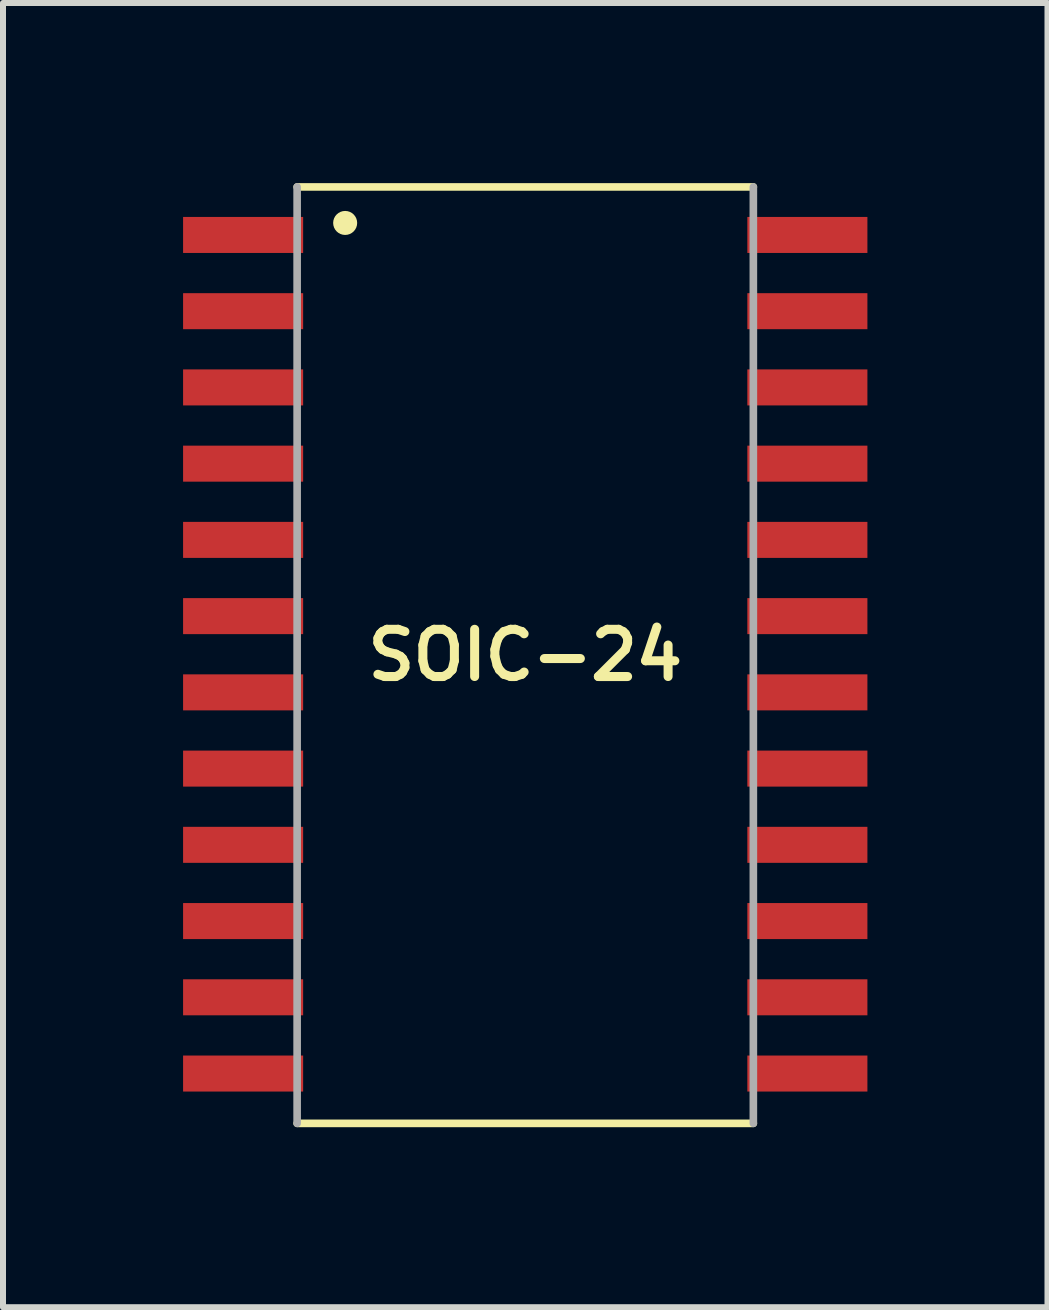
<source format=kicad_pcb>
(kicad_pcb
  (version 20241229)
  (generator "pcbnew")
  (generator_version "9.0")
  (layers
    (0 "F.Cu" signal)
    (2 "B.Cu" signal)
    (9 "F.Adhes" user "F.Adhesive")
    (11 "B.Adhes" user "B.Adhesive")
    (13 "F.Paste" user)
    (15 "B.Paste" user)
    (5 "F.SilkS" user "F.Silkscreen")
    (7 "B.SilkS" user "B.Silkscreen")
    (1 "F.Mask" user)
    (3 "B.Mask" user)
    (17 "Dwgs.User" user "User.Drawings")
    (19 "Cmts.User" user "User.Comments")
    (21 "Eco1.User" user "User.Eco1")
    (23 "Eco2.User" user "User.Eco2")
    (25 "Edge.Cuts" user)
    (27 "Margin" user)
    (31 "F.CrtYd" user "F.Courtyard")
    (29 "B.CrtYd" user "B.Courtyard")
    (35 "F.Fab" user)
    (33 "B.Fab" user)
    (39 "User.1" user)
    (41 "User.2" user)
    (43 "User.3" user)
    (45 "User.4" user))
  (footprint "SOIC-24"
    (layer "F.Cu")
    (at 5.7 7.864)
    (property "Reference" "SOIC-24" (at 0 0 0) (layer "F.SilkS") (effects (font (size 0.787 0.787) (thickness 0.15))))
    (attr smd)
    (fp_line (start -3.8 -7.8) (end 3.8 -7.8) (stroke (width 0.127) (type solid)) (layer "F.SilkS"))
    (fp_line (start 3.8 7.8) (end -3.8 7.8) (stroke (width 0.127) (type solid)) (layer "F.SilkS"))
    (fp_circle (center -3 -7.2) (end -2.9 -7.2) (stroke (width 0.2) (type solid)) (fill no) (layer "F.SilkS"))
    (fp_line (start -3.8 7.8) (end -3.8 -7.8) (stroke (width 0.127) (type solid)) (layer "F.Fab"))
    (fp_line (start 3.8 -7.8) (end 3.8 7.8) (stroke (width 0.127) (type solid)) (layer "F.Fab"))
    (pad "P1" smd rect (at -4.7 -7) (size 2 0.6) (layers "F.Cu" "F.Mask" "F.Paste"))
    (pad "P2" smd rect (at -4.7 -5.73) (size 2 0.6) (layers "F.Cu" "F.Mask" "F.Paste"))
    (pad "P3" smd rect (at -4.7 -4.46) (size 2 0.6) (layers "F.Cu" "F.Mask" "F.Paste"))
    (pad "P4" smd rect (at -4.7 -3.19) (size 2 0.6) (layers "F.Cu" "F.Mask" "F.Paste"))
    (pad "P5" smd rect (at -4.7 -1.92) (size 2 0.6) (layers "F.Cu" "F.Mask" "F.Paste"))
    (pad "P6" smd rect (at -4.7 -0.65) (size 2 0.6) (layers "F.Cu" "F.Mask" "F.Paste"))
    (pad "P7" smd rect (at -4.7 0.62) (size 2 0.6) (layers "F.Cu" "F.Mask" "F.Paste"))
    (pad "P8" smd rect (at -4.7 1.89) (size 2 0.6) (layers "F.Cu" "F.Mask" "F.Paste"))
    (pad "P9" smd rect (at -4.7 3.16) (size 2 0.6) (layers "F.Cu" "F.Mask" "F.Paste"))
    (pad "P10" smd rect (at -4.7 4.43) (size 2 0.6) (layers "F.Cu" "F.Mask" "F.Paste"))
    (pad "P11" smd rect (at -4.7 5.7) (size 2 0.6) (layers "F.Cu" "F.Mask" "F.Paste"))
    (pad "P12" smd rect (at -4.7 6.97) (size 2 0.6) (layers "F.Cu" "F.Mask" "F.Paste"))
    (pad "P13" smd rect (at 4.7 6.97) (size 2 0.6) (layers "F.Cu" "F.Mask" "F.Paste"))
    (pad "P14" smd rect (at 4.7 5.7) (size 2 0.6) (layers "F.Cu" "F.Mask" "F.Paste"))
    (pad "P15" smd rect (at 4.7 4.43) (size 2 0.6) (layers "F.Cu" "F.Mask" "F.Paste"))
    (pad "P16" smd rect (at 4.7 3.16) (size 2 0.6) (layers "F.Cu" "F.Mask" "F.Paste"))
    (pad "P17" smd rect (at 4.7 1.89) (size 2 0.6) (layers "F.Cu" "F.Mask" "F.Paste"))
    (pad "P18" smd rect (at 4.7 0.62) (size 2 0.6) (layers "F.Cu" "F.Mask" "F.Paste"))
    (pad "P19" smd rect (at 4.7 -0.65) (size 2 0.6) (layers "F.Cu" "F.Mask" "F.Paste"))
    (pad "P20" smd rect (at 4.7 -1.92) (size 2 0.6) (layers "F.Cu" "F.Mask" "F.Paste"))
    (pad "P21" smd rect (at 4.7 -3.19) (size 2 0.6) (layers "F.Cu" "F.Mask" "F.Paste"))
    (pad "P22" smd rect (at 4.7 -4.46) (size 2 0.6) (layers "F.Cu" "F.Mask" "F.Paste"))
    (pad "P23" smd rect (at 4.7 -5.73) (size 2 0.6) (layers "F.Cu" "F.Mask" "F.Paste"))
    (pad "P24" smd rect (at 4.7 -7) (size 2 0.6) (layers "F.Cu" "F.Mask" "F.Paste")))
  (gr_rect
    (start -3 -3)
    (end 14.4 18.727)
    (stroke (width 0.1) (type default))
    (fill no)
    (layer "Edge.Cuts")))
</source>
